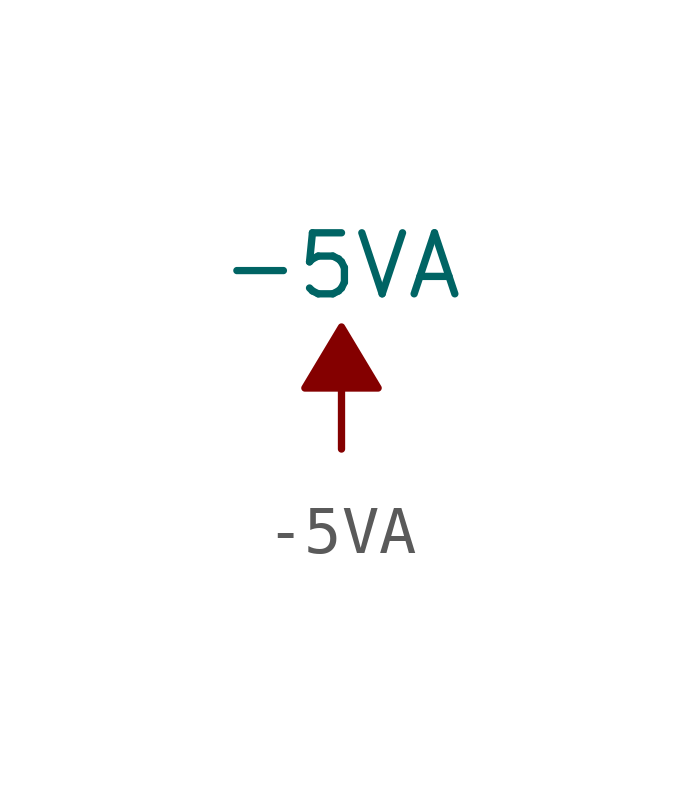
<source format=kicad_sym>
(kicad_symbol_lib
  (version 20220914)
  (generator kicad_symbol_editor)
  (symbol "-5VA"
    (power)
    (pin_names
      (offset 0))
    (property "Reference" "#PWR"
      (at 0 2.54 0)
      (effects (font (size 1.27 1.27)) hide))
    (property "Value" "-5VA"
      (at 0 3.81 0)
      (effects (font (size 1.27 1.27))))
    (symbol "-5VA_0_0"
      (pin power_in line (at 0 0 90) (length 0) hide (name "-5VA" (effects (font (size 1.27 1.27)))) (number "1" (effects (font (size 1.27 1.27))))))
    (symbol "-5VA_0_1"
      (polyline (pts (xy 0 0) (xy 0 1.27) (xy 0.762 1.27) (xy 0 2.54) (xy -0.762 1.27) (xy 0 1.27)) (stroke (width 0) (type solid)) (fill (type outline))))))
</source>
